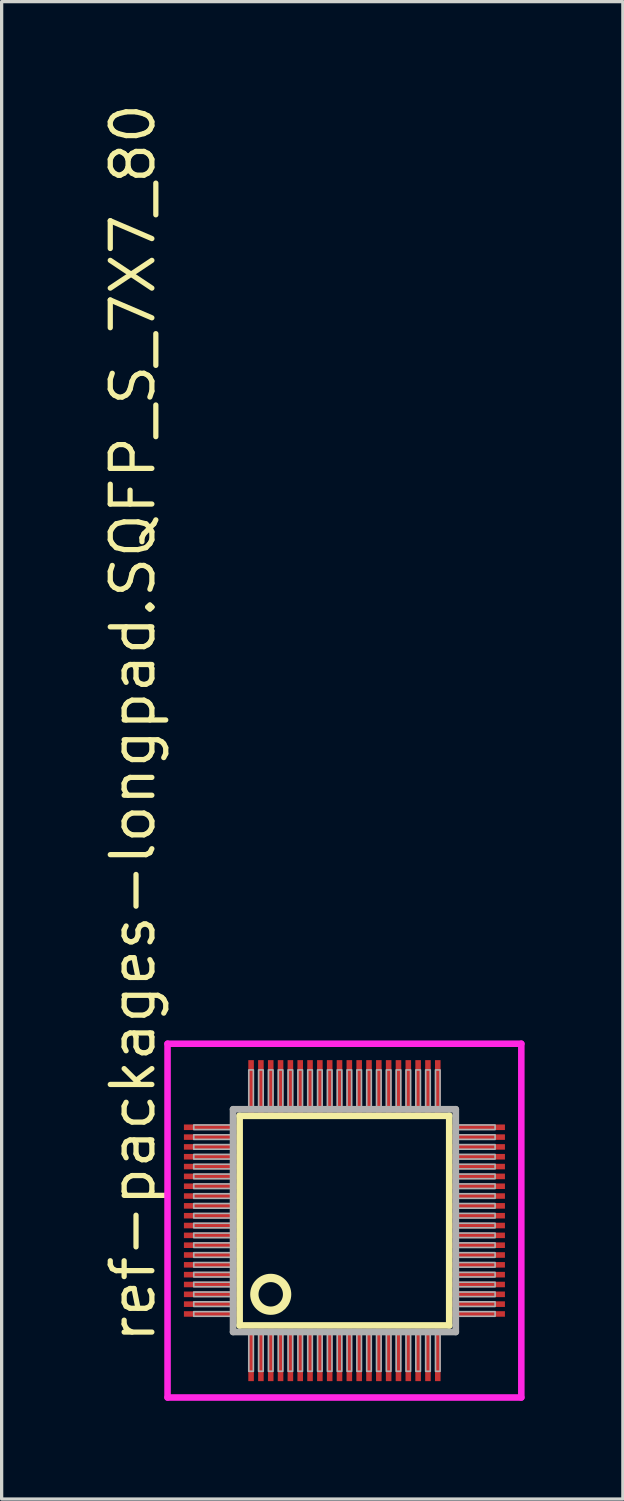
<source format=kicad_pcb>
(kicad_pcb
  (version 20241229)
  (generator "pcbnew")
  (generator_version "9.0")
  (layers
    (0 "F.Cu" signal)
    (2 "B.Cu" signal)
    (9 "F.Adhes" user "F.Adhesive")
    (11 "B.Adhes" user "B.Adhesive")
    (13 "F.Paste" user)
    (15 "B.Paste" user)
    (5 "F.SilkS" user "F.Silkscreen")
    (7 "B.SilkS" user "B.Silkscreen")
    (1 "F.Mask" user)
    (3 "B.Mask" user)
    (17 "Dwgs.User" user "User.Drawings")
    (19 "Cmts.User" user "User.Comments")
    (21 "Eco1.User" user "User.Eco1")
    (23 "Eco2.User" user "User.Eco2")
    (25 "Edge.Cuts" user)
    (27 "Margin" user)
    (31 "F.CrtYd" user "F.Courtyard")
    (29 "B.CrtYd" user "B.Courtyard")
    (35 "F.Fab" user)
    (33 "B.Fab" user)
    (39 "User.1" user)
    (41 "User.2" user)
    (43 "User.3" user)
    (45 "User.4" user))
  (footprint "ref-packages-longpad.SQFP_S_7X7_80"
    (layer "F.Cu")
    (at 7.465 34.214)
    (property "Reference" "ref-packages-longpad.SQFP_S_7X7_80" (at -5.715 3.81 90) (layer "F.SilkS") (effects (font (size 1.27 1.27) (thickness 0.16)) (justify left bottom)))
    (attr smd)
    (fp_line (start -3.2 -3.2) (end 3.2 -3.2) (stroke (width 0.203) (type default)) (layer "F.SilkS"))
    (fp_line (start -3.2 3.2) (end -3.2 -3.2) (stroke (width 0.203) (type default)) (layer "F.SilkS"))
    (fp_line (start 3.2 -3.2) (end 3.2 3.2) (stroke (width 0.203) (type default)) (layer "F.SilkS"))
    (fp_line (start 3.2 3.2) (end -3.2 3.2) (stroke (width 0.203) (type default)) (layer "F.SilkS"))
    (fp_circle (center -2.25 2.25) (end -1.75 2.25) (stroke (width 0.254) (type default)) (fill no) (layer "F.SilkS"))
    (fp_line (start -5.4 -5.4) (end 5.4 -5.4) (stroke (width 0.2) (type default)) (layer "F.CrtYd"))
    (fp_line (start -5.4 5.4) (end -5.4 -5.4) (stroke (width 0.2) (type default)) (layer "F.CrtYd"))
    (fp_line (start 5.4 -5.4) (end 5.4 5.4) (stroke (width 0.2) (type default)) (layer "F.CrtYd"))
    (fp_line (start 5.4 5.4) (end -5.4 5.4) (stroke (width 0.2) (type default)) (layer "F.CrtYd"))
    (fp_line (start -3.4 -3.4) (end -3.4 3.4) (stroke (width 0.203) (type default)) (layer "F.Fab"))
    (fp_line (start -3.4 3.4) (end 3.4 3.4) (stroke (width 0.203) (type default)) (layer "F.Fab"))
    (fp_line (start 3.4 -3.4) (end -3.4 -3.4) (stroke (width 0.203) (type default)) (layer "F.Fab"))
    (fp_line (start 3.4 3.4) (end 3.4 -3.4) (stroke (width 0.203) (type default)) (layer "F.Fab"))
    (fp_rect (start -4.6 -2.78) (end -3.45 -2.92) (stroke (width 0.05) (type default)) (fill no) (layer "F.Fab"))
    (fp_rect (start -4.6 -2.48) (end -3.45 -2.62) (stroke (width 0.05) (type default)) (fill no) (layer "F.Fab"))
    (fp_rect (start -4.6 -2.18) (end -3.45 -2.32) (stroke (width 0.05) (type default)) (fill no) (layer "F.Fab"))
    (fp_rect (start -4.6 -1.88) (end -3.45 -2.02) (stroke (width 0.05) (type default)) (fill no) (layer "F.Fab"))
    (fp_rect (start -4.6 -1.58) (end -3.45 -1.72) (stroke (width 0.05) (type default)) (fill no) (layer "F.Fab"))
    (fp_rect (start -4.6 -1.28) (end -3.45 -1.42) (stroke (width 0.05) (type default)) (fill no) (layer "F.Fab"))
    (fp_rect (start -4.6 -0.98) (end -3.45 -1.12) (stroke (width 0.05) (type default)) (fill no) (layer "F.Fab"))
    (fp_rect (start -4.6 -0.68) (end -3.45 -0.82) (stroke (width 0.05) (type default)) (fill no) (layer "F.Fab"))
    (fp_rect (start -4.6 -0.38) (end -3.45 -0.52) (stroke (width 0.05) (type default)) (fill no) (layer "F.Fab"))
    (fp_rect (start -4.6 -0.08) (end -3.45 -0.22) (stroke (width 0.05) (type default)) (fill no) (layer "F.Fab"))
    (fp_rect (start -4.6 0.22) (end -3.45 0.08) (stroke (width 0.05) (type default)) (fill no) (layer "F.Fab"))
    (fp_rect (start -4.6 0.52) (end -3.45 0.38) (stroke (width 0.05) (type default)) (fill no) (layer "F.Fab"))
    (fp_rect (start -4.6 0.82) (end -3.45 0.68) (stroke (width 0.05) (type default)) (fill no) (layer "F.Fab"))
    (fp_rect (start -4.6 1.12) (end -3.45 0.98) (stroke (width 0.05) (type default)) (fill no) (layer "F.Fab"))
    (fp_rect (start -4.6 1.42) (end -3.45 1.28) (stroke (width 0.05) (type default)) (fill no) (layer "F.Fab"))
    (fp_rect (start -4.6 1.72) (end -3.45 1.58) (stroke (width 0.05) (type default)) (fill no) (layer "F.Fab"))
    (fp_rect (start -4.6 2.02) (end -3.45 1.88) (stroke (width 0.05) (type default)) (fill no) (layer "F.Fab"))
    (fp_rect (start -4.6 2.32) (end -3.45 2.18) (stroke (width 0.05) (type default)) (fill no) (layer "F.Fab"))
    (fp_rect (start -4.6 2.62) (end -3.45 2.48) (stroke (width 0.05) (type default)) (fill no) (layer "F.Fab"))
    (fp_rect (start -4.6 2.92) (end -3.45 2.78) (stroke (width 0.05) (type default)) (fill no) (layer "F.Fab"))
    (fp_rect (start -2.92 -3.45) (end -2.78 -4.6) (stroke (width 0.05) (type default)) (fill no) (layer "F.Fab"))
    (fp_rect (start -2.92 4.6) (end -2.78 3.45) (stroke (width 0.05) (type default)) (fill no) (layer "F.Fab"))
    (fp_rect (start -2.62 -3.45) (end -2.48 -4.6) (stroke (width 0.05) (type default)) (fill no) (layer "F.Fab"))
    (fp_rect (start -2.62 4.6) (end -2.48 3.45) (stroke (width 0.05) (type default)) (fill no) (layer "F.Fab"))
    (fp_rect (start -2.32 -3.45) (end -2.18 -4.6) (stroke (width 0.05) (type default)) (fill no) (layer "F.Fab"))
    (fp_rect (start -2.32 4.6) (end -2.18 3.45) (stroke (width 0.05) (type default)) (fill no) (layer "F.Fab"))
    (fp_rect (start -2.02 -3.45) (end -1.88 -4.6) (stroke (width 0.05) (type default)) (fill no) (layer "F.Fab"))
    (fp_rect (start -2.02 4.6) (end -1.88 3.45) (stroke (width 0.05) (type default)) (fill no) (layer "F.Fab"))
    (fp_rect (start -1.72 -3.45) (end -1.58 -4.6) (stroke (width 0.05) (type default)) (fill no) (layer "F.Fab"))
    (fp_rect (start -1.72 4.6) (end -1.58 3.45) (stroke (width 0.05) (type default)) (fill no) (layer "F.Fab"))
    (fp_rect (start -1.42 -3.45) (end -1.28 -4.6) (stroke (width 0.05) (type default)) (fill no) (layer "F.Fab"))
    (fp_rect (start -1.42 4.6) (end -1.28 3.45) (stroke (width 0.05) (type default)) (fill no) (layer "F.Fab"))
    (fp_rect (start -1.12 -3.45) (end -0.98 -4.6) (stroke (width 0.05) (type default)) (fill no) (layer "F.Fab"))
    (fp_rect (start -1.12 4.6) (end -0.98 3.45) (stroke (width 0.05) (type default)) (fill no) (layer "F.Fab"))
    (fp_rect (start -0.82 -3.45) (end -0.68 -4.6) (stroke (width 0.05) (type default)) (fill no) (layer "F.Fab"))
    (fp_rect (start -0.82 4.6) (end -0.68 3.45) (stroke (width 0.05) (type default)) (fill no) (layer "F.Fab"))
    (fp_rect (start -0.52 -3.45) (end -0.38 -4.6) (stroke (width 0.05) (type default)) (fill no) (layer "F.Fab"))
    (fp_rect (start -0.52 4.6) (end -0.38 3.45) (stroke (width 0.05) (type default)) (fill no) (layer "F.Fab"))
    (fp_rect (start -0.22 -3.45) (end -0.08 -4.6) (stroke (width 0.05) (type default)) (fill no) (layer "F.Fab"))
    (fp_rect (start -0.22 4.6) (end -0.08 3.45) (stroke (width 0.05) (type default)) (fill no) (layer "F.Fab"))
    (fp_rect (start 0.08 -3.45) (end 0.22 -4.6) (stroke (width 0.05) (type default)) (fill no) (layer "F.Fab"))
    (fp_rect (start 0.08 4.6) (end 0.22 3.45) (stroke (width 0.05) (type default)) (fill no) (layer "F.Fab"))
    (fp_rect (start 0.38 -3.45) (end 0.52 -4.6) (stroke (width 0.05) (type default)) (fill no) (layer "F.Fab"))
    (fp_rect (start 0.38 4.6) (end 0.52 3.45) (stroke (width 0.05) (type default)) (fill no) (layer "F.Fab"))
    (fp_rect (start 0.68 -3.45) (end 0.82 -4.6) (stroke (width 0.05) (type default)) (fill no) (layer "F.Fab"))
    (fp_rect (start 0.68 4.6) (end 0.82 3.45) (stroke (width 0.05) (type default)) (fill no) (layer "F.Fab"))
    (fp_rect (start 0.98 -3.45) (end 1.12 -4.6) (stroke (width 0.05) (type default)) (fill no) (layer "F.Fab"))
    (fp_rect (start 0.98 4.6) (end 1.12 3.45) (stroke (width 0.05) (type default)) (fill no) (layer "F.Fab"))
    (fp_rect (start 1.28 -3.45) (end 1.42 -4.6) (stroke (width 0.05) (type default)) (fill no) (layer "F.Fab"))
    (fp_rect (start 1.28 4.6) (end 1.42 3.45) (stroke (width 0.05) (type default)) (fill no) (layer "F.Fab"))
    (fp_rect (start 1.58 -3.45) (end 1.72 -4.6) (stroke (width 0.05) (type default)) (fill no) (layer "F.Fab"))
    (fp_rect (start 1.58 4.6) (end 1.72 3.45) (stroke (width 0.05) (type default)) (fill no) (layer "F.Fab"))
    (fp_rect (start 1.88 -3.45) (end 2.02 -4.6) (stroke (width 0.05) (type default)) (fill no) (layer "F.Fab"))
    (fp_rect (start 1.88 4.6) (end 2.02 3.45) (stroke (width 0.05) (type default)) (fill no) (layer "F.Fab"))
    (fp_rect (start 2.18 -3.45) (end 2.32 -4.6) (stroke (width 0.05) (type default)) (fill no) (layer "F.Fab"))
    (fp_rect (start 2.18 4.6) (end 2.32 3.45) (stroke (width 0.05) (type default)) (fill no) (layer "F.Fab"))
    (fp_rect (start 2.48 -3.45) (end 2.62 -4.6) (stroke (width 0.05) (type default)) (fill no) (layer "F.Fab"))
    (fp_rect (start 2.48 4.6) (end 2.62 3.45) (stroke (width 0.05) (type default)) (fill no) (layer "F.Fab"))
    (fp_rect (start 2.78 -3.45) (end 2.92 -4.6) (stroke (width 0.05) (type default)) (fill no) (layer "F.Fab"))
    (fp_rect (start 2.78 4.6) (end 2.92 3.45) (stroke (width 0.05) (type default)) (fill no) (layer "F.Fab"))
    (fp_rect (start 3.45 -2.78) (end 4.6 -2.92) (stroke (width 0.05) (type default)) (fill no) (layer "F.Fab"))
    (fp_rect (start 3.45 -2.48) (end 4.6 -2.62) (stroke (width 0.05) (type default)) (fill no) (layer "F.Fab"))
    (fp_rect (start 3.45 -2.18) (end 4.6 -2.32) (stroke (width 0.05) (type default)) (fill no) (layer "F.Fab"))
    (fp_rect (start 3.45 -1.88) (end 4.6 -2.02) (stroke (width 0.05) (type default)) (fill no) (layer "F.Fab"))
    (fp_rect (start 3.45 -1.58) (end 4.6 -1.72) (stroke (width 0.05) (type default)) (fill no) (layer "F.Fab"))
    (fp_rect (start 3.45 -1.28) (end 4.6 -1.42) (stroke (width 0.05) (type default)) (fill no) (layer "F.Fab"))
    (fp_rect (start 3.45 -0.98) (end 4.6 -1.12) (stroke (width 0.05) (type default)) (fill no) (layer "F.Fab"))
    (fp_rect (start 3.45 -0.68) (end 4.6 -0.82) (stroke (width 0.05) (type default)) (fill no) (layer "F.Fab"))
    (fp_rect (start 3.45 -0.38) (end 4.6 -0.52) (stroke (width 0.05) (type default)) (fill no) (layer "F.Fab"))
    (fp_rect (start 3.45 -0.08) (end 4.6 -0.22) (stroke (width 0.05) (type default)) (fill no) (layer "F.Fab"))
    (fp_rect (start 3.45 0.22) (end 4.6 0.08) (stroke (width 0.05) (type default)) (fill no) (layer "F.Fab"))
    (fp_rect (start 3.45 0.52) (end 4.6 0.38) (stroke (width 0.05) (type default)) (fill no) (layer "F.Fab"))
    (fp_rect (start 3.45 0.82) (end 4.6 0.68) (stroke (width 0.05) (type default)) (fill no) (layer "F.Fab"))
    (fp_rect (start 3.45 1.12) (end 4.6 0.98) (stroke (width 0.05) (type default)) (fill no) (layer "F.Fab"))
    (fp_rect (start 3.45 1.42) (end 4.6 1.28) (stroke (width 0.05) (type default)) (fill no) (layer "F.Fab"))
    (fp_rect (start 3.45 1.72) (end 4.6 1.58) (stroke (width 0.05) (type default)) (fill no) (layer "F.Fab"))
    (fp_rect (start 3.45 2.02) (end 4.6 1.88) (stroke (width 0.05) (type default)) (fill no) (layer "F.Fab"))
    (fp_rect (start 3.45 2.32) (end 4.6 2.18) (stroke (width 0.05) (type default)) (fill no) (layer "F.Fab"))
    (fp_rect (start 3.45 2.62) (end 4.6 2.48) (stroke (width 0.05) (type default)) (fill no) (layer "F.Fab"))
    (fp_rect (start 3.45 2.92) (end 4.6 2.78) (stroke (width 0.05) (type default)) (fill no) (layer "F.Fab"))
    (pad "1" smd roundrect (at -2.85 4.1) (size 0.17 1.6) (layers "F.Cu" "F.Mask" "F.Paste") (roundrect_rratio 0.01))
    (pad "2" smd roundrect (at -2.55 4.1) (size 0.17 1.6) (layers "F.Cu" "F.Mask" "F.Paste") (roundrect_rratio 0.01))
    (pad "3" smd roundrect (at -2.25 4.1) (size 0.17 1.6) (layers "F.Cu" "F.Mask" "F.Paste") (roundrect_rratio 0.01))
    (pad "4" smd roundrect (at -1.95 4.1) (size 0.17 1.6) (layers "F.Cu" "F.Mask" "F.Paste") (roundrect_rratio 0.01))
    (pad "5" smd roundrect (at -1.65 4.1) (size 0.17 1.6) (layers "F.Cu" "F.Mask" "F.Paste") (roundrect_rratio 0.01))
    (pad "6" smd roundrect (at -1.35 4.1) (size 0.17 1.6) (layers "F.Cu" "F.Mask" "F.Paste") (roundrect_rratio 0.01))
    (pad "7" smd roundrect (at -1.05 4.1) (size 0.17 1.6) (layers "F.Cu" "F.Mask" "F.Paste") (roundrect_rratio 0.01))
    (pad "8" smd roundrect (at -0.75 4.1) (size 0.17 1.6) (layers "F.Cu" "F.Mask" "F.Paste") (roundrect_rratio 0.01))
    (pad "9" smd roundrect (at -0.45 4.1) (size 0.17 1.6) (layers "F.Cu" "F.Mask" "F.Paste") (roundrect_rratio 0.01))
    (pad "10" smd roundrect (at -0.15 4.1) (size 0.17 1.6) (layers "F.Cu" "F.Mask" "F.Paste") (roundrect_rratio 0.01))
    (pad "11" smd roundrect (at 0.15 4.1) (size 0.17 1.6) (layers "F.Cu" "F.Mask" "F.Paste") (roundrect_rratio 0.01))
    (pad "12" smd roundrect (at 0.45 4.1) (size 0.17 1.6) (layers "F.Cu" "F.Mask" "F.Paste") (roundrect_rratio 0.01))
    (pad "13" smd roundrect (at 0.75 4.1) (size 0.17 1.6) (layers "F.Cu" "F.Mask" "F.Paste") (roundrect_rratio 0.01))
    (pad "14" smd roundrect (at 1.05 4.1) (size 0.17 1.6) (layers "F.Cu" "F.Mask" "F.Paste") (roundrect_rratio 0.01))
    (pad "15" smd roundrect (at 1.35 4.1) (size 0.17 1.6) (layers "F.Cu" "F.Mask" "F.Paste") (roundrect_rratio 0.01))
    (pad "16" smd roundrect (at 1.65 4.1) (size 0.17 1.6) (layers "F.Cu" "F.Mask" "F.Paste") (roundrect_rratio 0.01))
    (pad "17" smd roundrect (at 1.95 4.1) (size 0.17 1.6) (layers "F.Cu" "F.Mask" "F.Paste") (roundrect_rratio 0.01))
    (pad "18" smd roundrect (at 2.25 4.1) (size 0.17 1.6) (layers "F.Cu" "F.Mask" "F.Paste") (roundrect_rratio 0.01))
    (pad "19" smd roundrect (at 2.55 4.1) (size 0.17 1.6) (layers "F.Cu" "F.Mask" "F.Paste") (roundrect_rratio 0.01))
    (pad "20" smd roundrect (at 2.85 4.1) (size 0.17 1.6) (layers "F.Cu" "F.Mask" "F.Paste") (roundrect_rratio 0.01))
    (pad "21" smd roundrect (at 4.1 2.85) (size 1.6 0.17) (layers "F.Cu" "F.Mask" "F.Paste") (roundrect_rratio 0.01))
    (pad "22" smd roundrect (at 4.1 2.55) (size 1.6 0.17) (layers "F.Cu" "F.Mask" "F.Paste") (roundrect_rratio 0.01))
    (pad "23" smd roundrect (at 4.1 2.25) (size 1.6 0.17) (layers "F.Cu" "F.Mask" "F.Paste") (roundrect_rratio 0.01))
    (pad "24" smd roundrect (at 4.1 1.95) (size 1.6 0.17) (layers "F.Cu" "F.Mask" "F.Paste") (roundrect_rratio 0.01))
    (pad "25" smd roundrect (at 4.1 1.65) (size 1.6 0.17) (layers "F.Cu" "F.Mask" "F.Paste") (roundrect_rratio 0.01))
    (pad "26" smd roundrect (at 4.1 1.35) (size 1.6 0.17) (layers "F.Cu" "F.Mask" "F.Paste") (roundrect_rratio 0.01))
    (pad "27" smd roundrect (at 4.1 1.05) (size 1.6 0.17) (layers "F.Cu" "F.Mask" "F.Paste") (roundrect_rratio 0.01))
    (pad "28" smd roundrect (at 4.1 0.75) (size 1.6 0.17) (layers "F.Cu" "F.Mask" "F.Paste") (roundrect_rratio 0.01))
    (pad "29" smd roundrect (at 4.1 0.45) (size 1.6 0.17) (layers "F.Cu" "F.Mask" "F.Paste") (roundrect_rratio 0.01))
    (pad "30" smd roundrect (at 4.1 0.15) (size 1.6 0.17) (layers "F.Cu" "F.Mask" "F.Paste") (roundrect_rratio 0.01))
    (pad "31" smd roundrect (at 4.1 -0.15) (size 1.6 0.17) (layers "F.Cu" "F.Mask" "F.Paste") (roundrect_rratio 0.01))
    (pad "32" smd roundrect (at 4.1 -0.45) (size 1.6 0.17) (layers "F.Cu" "F.Mask" "F.Paste") (roundrect_rratio 0.01))
    (pad "33" smd roundrect (at 4.1 -0.75) (size 1.6 0.17) (layers "F.Cu" "F.Mask" "F.Paste") (roundrect_rratio 0.01))
    (pad "34" smd roundrect (at 4.1 -1.05) (size 1.6 0.17) (layers "F.Cu" "F.Mask" "F.Paste") (roundrect_rratio 0.01))
    (pad "35" smd roundrect (at 4.1 -1.35) (size 1.6 0.17) (layers "F.Cu" "F.Mask" "F.Paste") (roundrect_rratio 0.01))
    (pad "36" smd roundrect (at 4.1 -1.65) (size 1.6 0.17) (layers "F.Cu" "F.Mask" "F.Paste") (roundrect_rratio 0.01))
    (pad "37" smd roundrect (at 4.1 -1.95) (size 1.6 0.17) (layers "F.Cu" "F.Mask" "F.Paste") (roundrect_rratio 0.01))
    (pad "38" smd roundrect (at 4.1 -2.25) (size 1.6 0.17) (layers "F.Cu" "F.Mask" "F.Paste") (roundrect_rratio 0.01))
    (pad "39" smd roundrect (at 4.1 -2.55) (size 1.6 0.17) (layers "F.Cu" "F.Mask" "F.Paste") (roundrect_rratio 0.01))
    (pad "40" smd roundrect (at 4.1 -2.85) (size 1.6 0.17) (layers "F.Cu" "F.Mask" "F.Paste") (roundrect_rratio 0.01))
    (pad "41" smd roundrect (at 2.85 -4.1) (size 0.17 1.6) (layers "F.Cu" "F.Mask" "F.Paste") (roundrect_rratio 0.01))
    (pad "42" smd roundrect (at 2.55 -4.1) (size 0.17 1.6) (layers "F.Cu" "F.Mask" "F.Paste") (roundrect_rratio 0.01))
    (pad "43" smd roundrect (at 2.25 -4.1) (size 0.17 1.6) (layers "F.Cu" "F.Mask" "F.Paste") (roundrect_rratio 0.01))
    (pad "44" smd roundrect (at 1.95 -4.1) (size 0.17 1.6) (layers "F.Cu" "F.Mask" "F.Paste") (roundrect_rratio 0.01))
    (pad "45" smd roundrect (at 1.65 -4.1) (size 0.17 1.6) (layers "F.Cu" "F.Mask" "F.Paste") (roundrect_rratio 0.01))
    (pad "46" smd roundrect (at 1.35 -4.1) (size 0.17 1.6) (layers "F.Cu" "F.Mask" "F.Paste") (roundrect_rratio 0.01))
    (pad "47" smd roundrect (at 1.05 -4.1) (size 0.17 1.6) (layers "F.Cu" "F.Mask" "F.Paste") (roundrect_rratio 0.01))
    (pad "48" smd roundrect (at 0.75 -4.1) (size 0.17 1.6) (layers "F.Cu" "F.Mask" "F.Paste") (roundrect_rratio 0.01))
    (pad "49" smd roundrect (at 0.45 -4.1) (size 0.17 1.6) (layers "F.Cu" "F.Mask" "F.Paste") (roundrect_rratio 0.01))
    (pad "50" smd roundrect (at 0.15 -4.1) (size 0.17 1.6) (layers "F.Cu" "F.Mask" "F.Paste") (roundrect_rratio 0.01))
    (pad "51" smd roundrect (at -0.15 -4.1) (size 0.17 1.6) (layers "F.Cu" "F.Mask" "F.Paste") (roundrect_rratio 0.01))
    (pad "52" smd roundrect (at -0.45 -4.1) (size 0.17 1.6) (layers "F.Cu" "F.Mask" "F.Paste") (roundrect_rratio 0.01))
    (pad "53" smd roundrect (at -0.75 -4.1) (size 0.17 1.6) (layers "F.Cu" "F.Mask" "F.Paste") (roundrect_rratio 0.01))
    (pad "54" smd roundrect (at -1.05 -4.1) (size 0.17 1.6) (layers "F.Cu" "F.Mask" "F.Paste") (roundrect_rratio 0.01))
    (pad "55" smd roundrect (at -1.35 -4.1) (size 0.17 1.6) (layers "F.Cu" "F.Mask" "F.Paste") (roundrect_rratio 0.01))
    (pad "56" smd roundrect (at -1.65 -4.1) (size 0.17 1.6) (layers "F.Cu" "F.Mask" "F.Paste") (roundrect_rratio 0.01))
    (pad "57" smd roundrect (at -1.95 -4.1) (size 0.17 1.6) (layers "F.Cu" "F.Mask" "F.Paste") (roundrect_rratio 0.01))
    (pad "58" smd roundrect (at -2.25 -4.1) (size 0.17 1.6) (layers "F.Cu" "F.Mask" "F.Paste") (roundrect_rratio 0.01))
    (pad "59" smd roundrect (at -2.55 -4.1) (size 0.17 1.6) (layers "F.Cu" "F.Mask" "F.Paste") (roundrect_rratio 0.01))
    (pad "60" smd roundrect (at -2.85 -4.1) (size 0.17 1.6) (layers "F.Cu" "F.Mask" "F.Paste") (roundrect_rratio 0.01))
    (pad "61" smd roundrect (at -4.1 -2.85) (size 1.6 0.17) (layers "F.Cu" "F.Mask" "F.Paste") (roundrect_rratio 0.01))
    (pad "62" smd roundrect (at -4.1 -2.55) (size 1.6 0.17) (layers "F.Cu" "F.Mask" "F.Paste") (roundrect_rratio 0.01))
    (pad "63" smd roundrect (at -4.1 -2.25) (size 1.6 0.17) (layers "F.Cu" "F.Mask" "F.Paste") (roundrect_rratio 0.01))
    (pad "64" smd roundrect (at -4.1 -1.95) (size 1.6 0.17) (layers "F.Cu" "F.Mask" "F.Paste") (roundrect_rratio 0.01))
    (pad "65" smd roundrect (at -4.1 -1.65) (size 1.6 0.17) (layers "F.Cu" "F.Mask" "F.Paste") (roundrect_rratio 0.01))
    (pad "66" smd roundrect (at -4.1 -1.35) (size 1.6 0.17) (layers "F.Cu" "F.Mask" "F.Paste") (roundrect_rratio 0.01))
    (pad "67" smd roundrect (at -4.1 -1.05) (size 1.6 0.17) (layers "F.Cu" "F.Mask" "F.Paste") (roundrect_rratio 0.01))
    (pad "68" smd roundrect (at -4.1 -0.75) (size 1.6 0.17) (layers "F.Cu" "F.Mask" "F.Paste") (roundrect_rratio 0.01))
    (pad "69" smd roundrect (at -4.1 -0.45) (size 1.6 0.17) (layers "F.Cu" "F.Mask" "F.Paste") (roundrect_rratio 0.01))
    (pad "70" smd roundrect (at -4.1 -0.15) (size 1.6 0.17) (layers "F.Cu" "F.Mask" "F.Paste") (roundrect_rratio 0.01))
    (pad "71" smd roundrect (at -4.1 0.15) (size 1.6 0.17) (layers "F.Cu" "F.Mask" "F.Paste") (roundrect_rratio 0.01))
    (pad "72" smd roundrect (at -4.1 0.45) (size 1.6 0.17) (layers "F.Cu" "F.Mask" "F.Paste") (roundrect_rratio 0.01))
    (pad "73" smd roundrect (at -4.1 0.75) (size 1.6 0.17) (layers "F.Cu" "F.Mask" "F.Paste") (roundrect_rratio 0.01))
    (pad "74" smd roundrect (at -4.1 1.05) (size 1.6 0.17) (layers "F.Cu" "F.Mask" "F.Paste") (roundrect_rratio 0.01))
    (pad "75" smd roundrect (at -4.1 1.35) (size 1.6 0.17) (layers "F.Cu" "F.Mask" "F.Paste") (roundrect_rratio 0.01))
    (pad "76" smd roundrect (at -4.1 1.65) (size 1.6 0.17) (layers "F.Cu" "F.Mask" "F.Paste") (roundrect_rratio 0.01))
    (pad "77" smd roundrect (at -4.1 1.95) (size 1.6 0.17) (layers "F.Cu" "F.Mask" "F.Paste") (roundrect_rratio 0.01))
    (pad "78" smd roundrect (at -4.1 2.25) (size 1.6 0.17) (layers "F.Cu" "F.Mask" "F.Paste") (roundrect_rratio 0.01))
    (pad "79" smd roundrect (at -4.1 2.55) (size 1.6 0.17) (layers "F.Cu" "F.Mask" "F.Paste") (roundrect_rratio 0.01))
    (pad "80" smd roundrect (at -4.1 2.85) (size 1.6 0.17) (layers "F.Cu" "F.Mask" "F.Paste") (roundrect_rratio 0.01)))
  (gr_rect
    (start -3 -3)
    (end 15.965 42.714)
    (stroke (width 0.1) (type default))
    (fill no)
    (layer "Edge.Cuts")))
</source>
